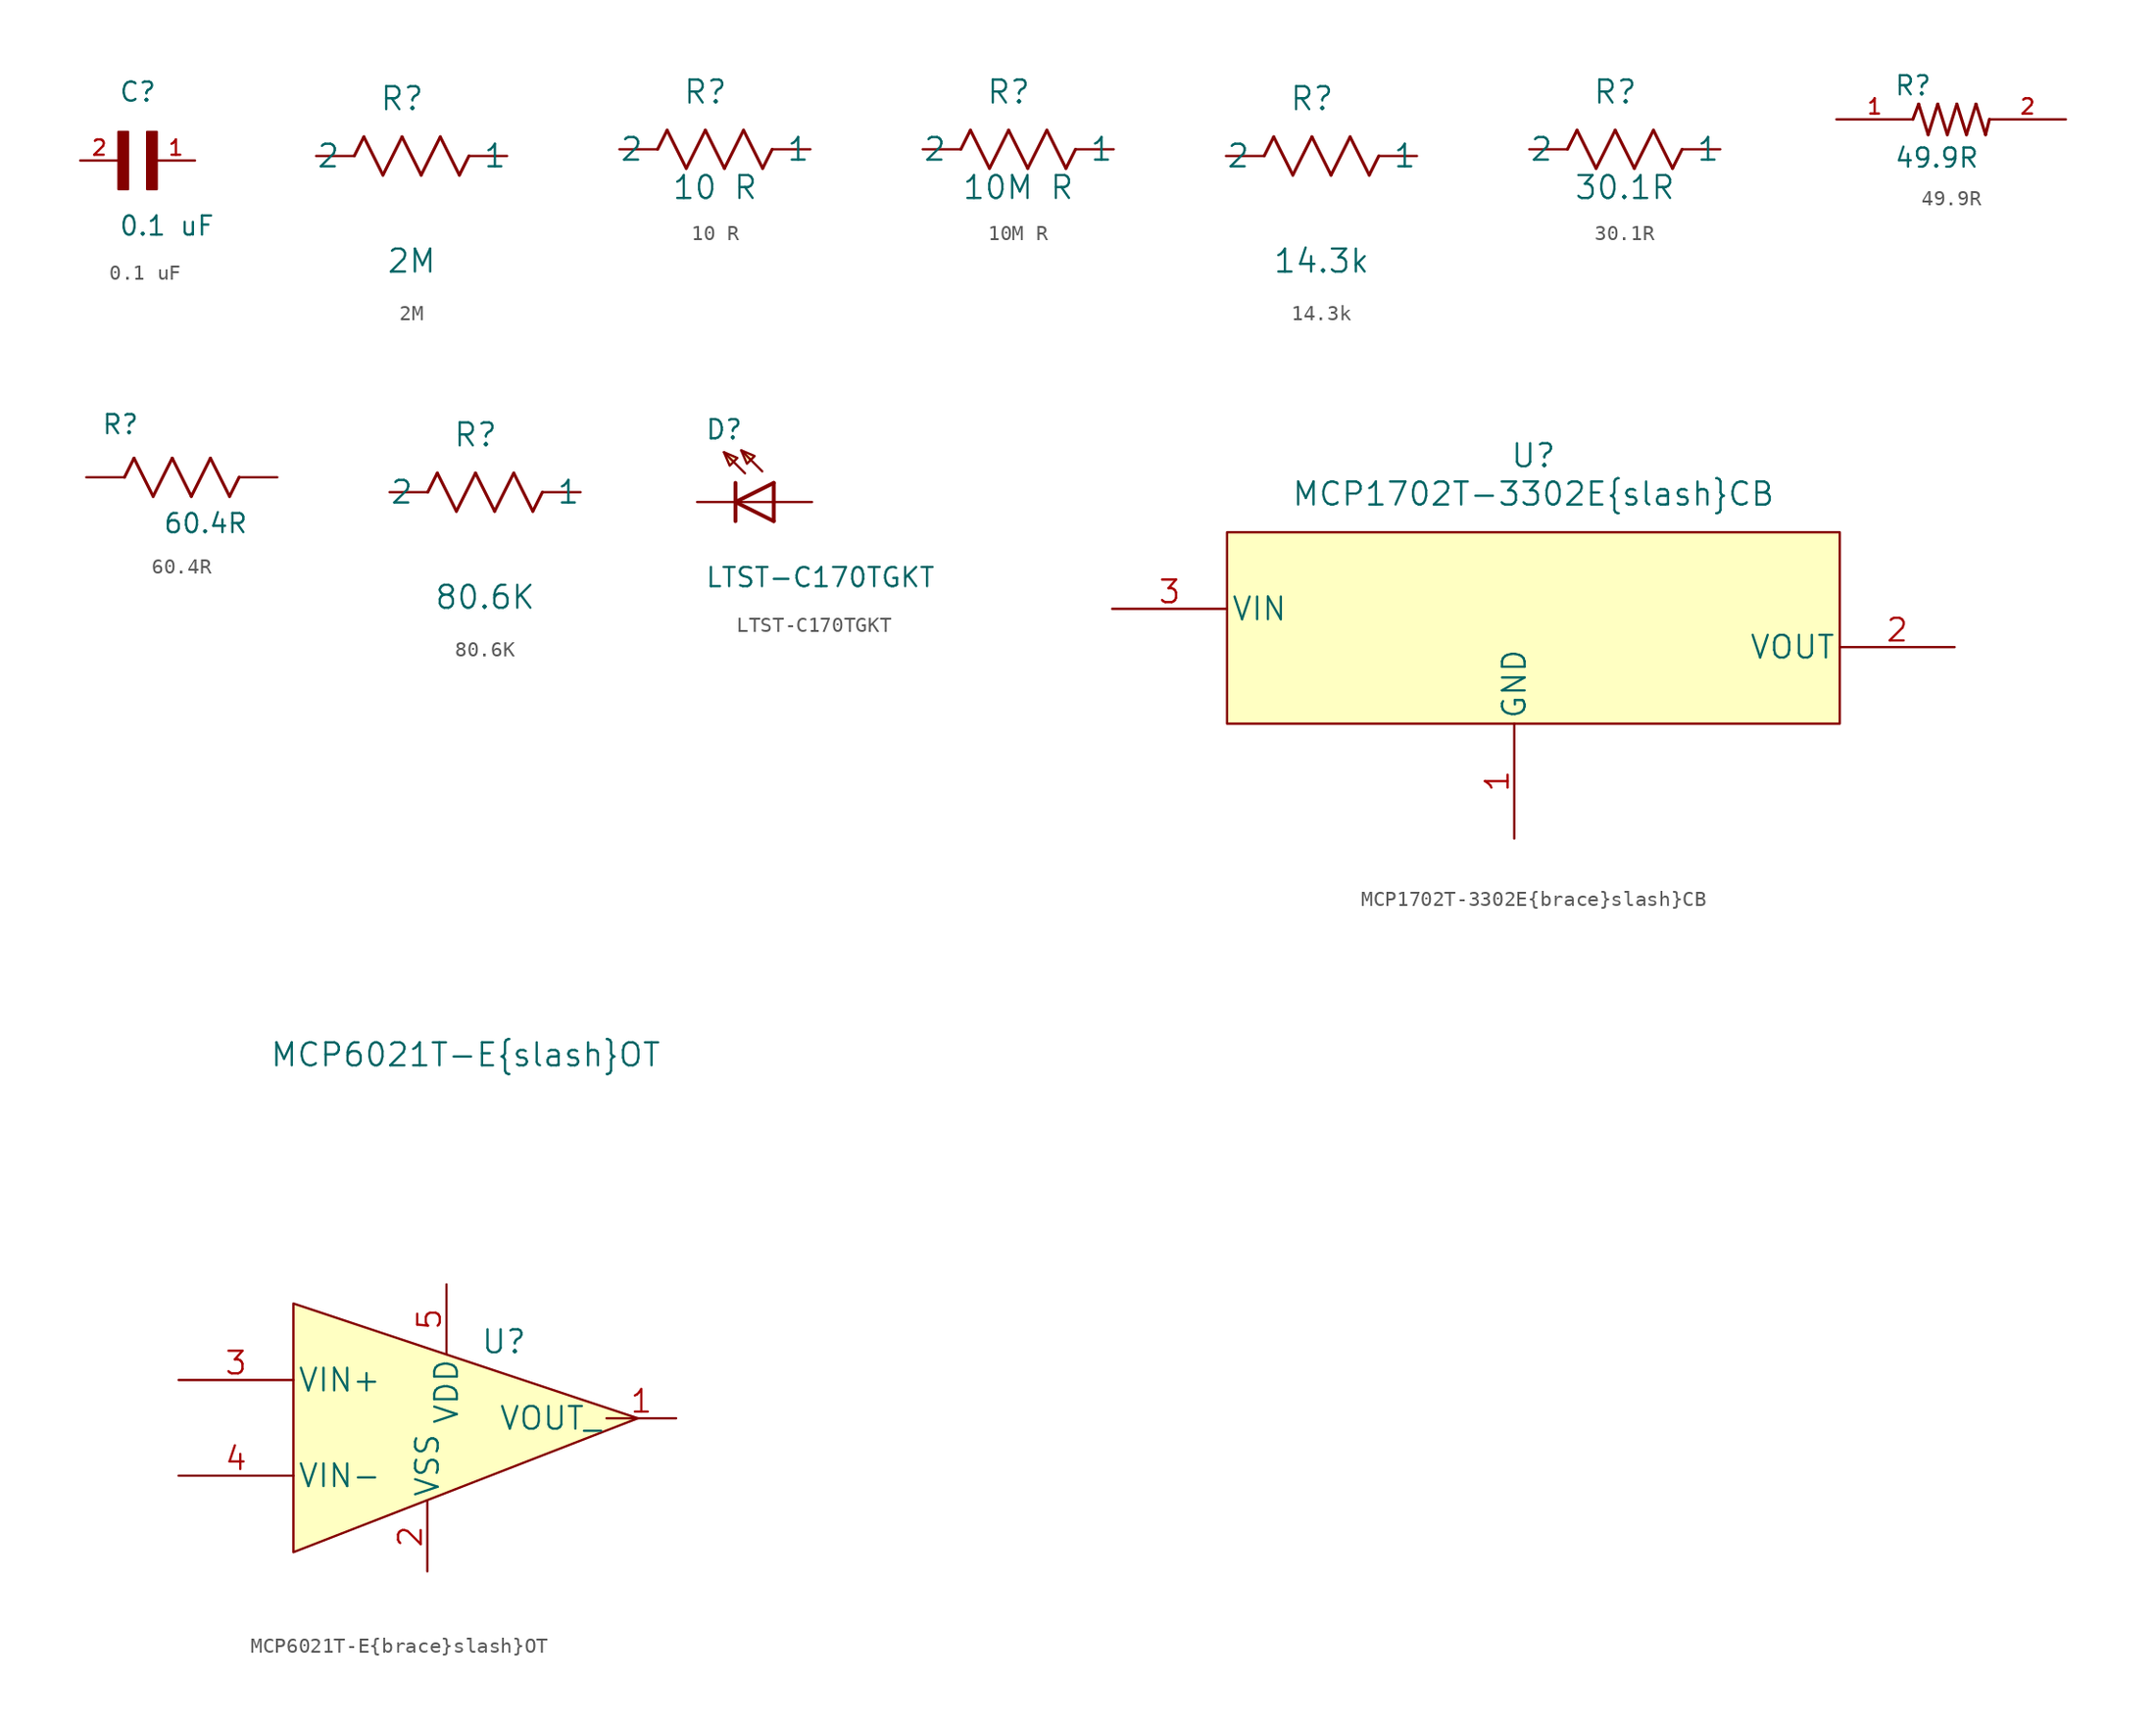
<source format=kicad_sym>
(kicad_symbol_lib
  (version 20211014)
  (generator kicad_symbol_editor)
  (symbol "0.1 uF"
    (pin_names
      (offset 1.016) hide)
    (property "Reference" "C"
      (at 0 3.81 0)
      (effects (font (size 1.27 1.27)) (justify left bottom)))
    (property "Value" "0.1 uF"
      (at 0 -5.08 0)
      (effects (font (size 1.27 1.27)) (justify left bottom)))
    (property "ki_locked" ""
      (at 0 0 0)
      (effects (font (size 1.27 1.27))))
    (symbol "0.1 uF_0_0"
      (rectangle (start 0 -1.905) (end 0.635 1.905) (stroke (width 0) (type default) (color 0 0 0 0)) (fill (type outline)))
      (rectangle (start 1.905 -1.905) (end 2.54 1.905) (stroke (width 0) (type default) (color 0 0 0 0)) (fill (type outline)))
      (pin passive line (at 5.08 0 180) (length 2.54) (name "~" (effects (font (size 1.016 1.016)))) (number "1" (effects (font (size 1.016 1.016)))))
      (pin passive line (at -2.54 0 0) (length 2.54) (name "~" (effects (font (size 1.016 1.016)))) (number "2" (effects (font (size 1.016 1.016)))))))
  (symbol "2M"
    (pin_numbers hide)
    (pin_names
      (offset -2.54))
    (property "Reference" "R"
      (at 5.715 3.81 0)
      (effects (font (size 1.524 1.524))))
    (property "Value" "2M"
      (at 6.35 -6.985 0)
      (effects (font (size 1.524 1.524))))
    (property "Datasheet" ""
      (at 0 0 0)
      (effects (font (size 1.524 1.524))))
    (property "ki_locked" ""
      (at 0 0 0)
      (effects (font (size 1.27 1.27))))
    (symbol "2M_1_1"
      (polyline (pts (xy 2.54 0) (xy 3.175 1.27)) (stroke (width 0.203) (type default) (color 0 0 0 0)) (fill (type none)))
      (polyline (pts (xy 3.175 1.27) (xy 4.445 -1.27)) (stroke (width 0.203) (type default) (color 0 0 0 0)) (fill (type none)))
      (polyline (pts (xy 4.445 -1.27) (xy 5.715 1.27)) (stroke (width 0.203) (type default) (color 0 0 0 0)) (fill (type none)))
      (polyline (pts (xy 5.715 1.27) (xy 6.985 -1.27)) (stroke (width 0.203) (type default) (color 0 0 0 0)) (fill (type none)))
      (polyline (pts (xy 6.985 -1.27) (xy 8.255 1.27)) (stroke (width 0.203) (type default) (color 0 0 0 0)) (fill (type none)))
      (polyline (pts (xy 8.255 1.27) (xy 9.525 -1.27)) (stroke (width 0.203) (type default) (color 0 0 0 0)) (fill (type none)))
      (polyline (pts (xy 9.525 -1.27) (xy 10.16 0)) (stroke (width 0.203) (type default) (color 0 0 0 0)) (fill (type none)))
      (pin unspecified line (at 12.7 0 180) (length 2.54) (name "1" (effects (font (size 1.499 1.499)))) (number "1" (effects (font (size 1.499 1.499)))))
      (pin unspecified line (at 0 0 0) (length 2.54) (name "2" (effects (font (size 1.499 1.499)))) (number "2" (effects (font (size 1.499 1.499)))))))
  (symbol "10 R"
    (pin_numbers hide)
    (pin_names
      (offset -2.54))
    (property "Reference" "R"
      (at 5.715 3.81 0)
      (effects (font (size 1.524 1.524))))
    (property "Value" "10 R"
      (at 6.35 -2.54 0)
      (effects (font (size 1.524 1.524))))
    (property "Datasheet" ""
      (at 0 0 0)
      (effects (font (size 1.524 1.524))))
    (property "ki_locked" ""
      (at 0 0 0)
      (effects (font (size 1.27 1.27))))
    (symbol "10 R_1_1"
      (polyline (pts (xy 2.54 0) (xy 3.175 1.27)) (stroke (width 0.203) (type default) (color 0 0 0 0)) (fill (type none)))
      (polyline (pts (xy 3.175 1.27) (xy 4.445 -1.27)) (stroke (width 0.203) (type default) (color 0 0 0 0)) (fill (type none)))
      (polyline (pts (xy 4.445 -1.27) (xy 5.715 1.27)) (stroke (width 0.203) (type default) (color 0 0 0 0)) (fill (type none)))
      (polyline (pts (xy 5.715 1.27) (xy 6.985 -1.27)) (stroke (width 0.203) (type default) (color 0 0 0 0)) (fill (type none)))
      (polyline (pts (xy 6.985 -1.27) (xy 8.255 1.27)) (stroke (width 0.203) (type default) (color 0 0 0 0)) (fill (type none)))
      (polyline (pts (xy 8.255 1.27) (xy 9.525 -1.27)) (stroke (width 0.203) (type default) (color 0 0 0 0)) (fill (type none)))
      (polyline (pts (xy 9.525 -1.27) (xy 10.16 0)) (stroke (width 0.203) (type default) (color 0 0 0 0)) (fill (type none)))
      (pin unspecified line (at 12.7 0 180) (length 2.54) (name "1" (effects (font (size 1.499 1.499)))) (number "1" (effects (font (size 1.499 1.499)))))
      (pin unspecified line (at 0 0 0) (length 2.54) (name "2" (effects (font (size 1.499 1.499)))) (number "2" (effects (font (size 1.499 1.499)))))))
  (symbol "10M R"
    (pin_numbers hide)
    (pin_names
      (offset -2.54))
    (property "Reference" "R"
      (at 5.715 3.81 0)
      (effects (font (size 1.524 1.524))))
    (property "Value" "10M R"
      (at 6.35 -2.54 0)
      (effects (font (size 1.524 1.524))))
    (property "Datasheet" ""
      (at 0 0 0)
      (effects (font (size 1.524 1.524))))
    (property "ki_locked" ""
      (at 0 0 0)
      (effects (font (size 1.27 1.27))))
    (symbol "10M R_1_1"
      (polyline (pts (xy 2.54 0) (xy 3.175 1.27)) (stroke (width 0.203) (type default) (color 0 0 0 0)) (fill (type none)))
      (polyline (pts (xy 3.175 1.27) (xy 4.445 -1.27)) (stroke (width 0.203) (type default) (color 0 0 0 0)) (fill (type none)))
      (polyline (pts (xy 4.445 -1.27) (xy 5.715 1.27)) (stroke (width 0.203) (type default) (color 0 0 0 0)) (fill (type none)))
      (polyline (pts (xy 5.715 1.27) (xy 6.985 -1.27)) (stroke (width 0.203) (type default) (color 0 0 0 0)) (fill (type none)))
      (polyline (pts (xy 6.985 -1.27) (xy 8.255 1.27)) (stroke (width 0.203) (type default) (color 0 0 0 0)) (fill (type none)))
      (polyline (pts (xy 8.255 1.27) (xy 9.525 -1.27)) (stroke (width 0.203) (type default) (color 0 0 0 0)) (fill (type none)))
      (polyline (pts (xy 9.525 -1.27) (xy 10.16 0)) (stroke (width 0.203) (type default) (color 0 0 0 0)) (fill (type none)))
      (pin unspecified line (at 12.7 0 180) (length 2.54) (name "1" (effects (font (size 1.499 1.499)))) (number "1" (effects (font (size 1.499 1.499)))))
      (pin unspecified line (at 0 0 0) (length 2.54) (name "2" (effects (font (size 1.499 1.499)))) (number "2" (effects (font (size 1.499 1.499)))))))
  (symbol "14.3k"
    (pin_numbers hide)
    (pin_names
      (offset -2.54))
    (property "Reference" "R"
      (at 5.715 3.81 0)
      (effects (font (size 1.524 1.524))))
    (property "Value" "14.3k"
      (at 6.35 -6.985 0)
      (effects (font (size 1.524 1.524))))
    (property "Datasheet" ""
      (at 0 0 0)
      (effects (font (size 1.524 1.524))))
    (property "ki_locked" ""
      (at 0 0 0)
      (effects (font (size 1.27 1.27))))
    (symbol "14.3k_1_1"
      (polyline (pts (xy 2.54 0) (xy 3.175 1.27)) (stroke (width 0.203) (type default) (color 0 0 0 0)) (fill (type none)))
      (polyline (pts (xy 3.175 1.27) (xy 4.445 -1.27)) (stroke (width 0.203) (type default) (color 0 0 0 0)) (fill (type none)))
      (polyline (pts (xy 4.445 -1.27) (xy 5.715 1.27)) (stroke (width 0.203) (type default) (color 0 0 0 0)) (fill (type none)))
      (polyline (pts (xy 5.715 1.27) (xy 6.985 -1.27)) (stroke (width 0.203) (type default) (color 0 0 0 0)) (fill (type none)))
      (polyline (pts (xy 6.985 -1.27) (xy 8.255 1.27)) (stroke (width 0.203) (type default) (color 0 0 0 0)) (fill (type none)))
      (polyline (pts (xy 8.255 1.27) (xy 9.525 -1.27)) (stroke (width 0.203) (type default) (color 0 0 0 0)) (fill (type none)))
      (polyline (pts (xy 9.525 -1.27) (xy 10.16 0)) (stroke (width 0.203) (type default) (color 0 0 0 0)) (fill (type none)))
      (pin unspecified line (at 12.7 0 180) (length 2.54) (name "1" (effects (font (size 1.499 1.499)))) (number "1" (effects (font (size 1.499 1.499)))))
      (pin unspecified line (at 0 0 0) (length 2.54) (name "2" (effects (font (size 1.499 1.499)))) (number "2" (effects (font (size 1.499 1.499)))))))
  (symbol "30.1R"
    (pin_numbers hide)
    (pin_names
      (offset -2.54))
    (property "Reference" "R"
      (at 5.715 3.81 0)
      (effects (font (size 1.524 1.524))))
    (property "Value" "30.1R"
      (at 6.35 -2.54 0)
      (effects (font (size 1.524 1.524))))
    (property "Datasheet" ""
      (at 0 0 0)
      (effects (font (size 1.524 1.524))))
    (property "ki_locked" ""
      (at 0 0 0)
      (effects (font (size 1.27 1.27))))
    (symbol "30.1R_1_1"
      (polyline (pts (xy 2.54 0) (xy 3.175 1.27)) (stroke (width 0.203) (type default) (color 0 0 0 0)) (fill (type none)))
      (polyline (pts (xy 3.175 1.27) (xy 4.445 -1.27)) (stroke (width 0.203) (type default) (color 0 0 0 0)) (fill (type none)))
      (polyline (pts (xy 4.445 -1.27) (xy 5.715 1.27)) (stroke (width 0.203) (type default) (color 0 0 0 0)) (fill (type none)))
      (polyline (pts (xy 5.715 1.27) (xy 6.985 -1.27)) (stroke (width 0.203) (type default) (color 0 0 0 0)) (fill (type none)))
      (polyline (pts (xy 6.985 -1.27) (xy 8.255 1.27)) (stroke (width 0.203) (type default) (color 0 0 0 0)) (fill (type none)))
      (polyline (pts (xy 8.255 1.27) (xy 9.525 -1.27)) (stroke (width 0.203) (type default) (color 0 0 0 0)) (fill (type none)))
      (polyline (pts (xy 9.525 -1.27) (xy 10.16 0)) (stroke (width 0.203) (type default) (color 0 0 0 0)) (fill (type none)))
      (pin unspecified line (at 12.7 0 180) (length 2.54) (name "1" (effects (font (size 1.499 1.499)))) (number "1" (effects (font (size 1.499 1.499)))))
      (pin unspecified line (at 0 0 0) (length 2.54) (name "2" (effects (font (size 1.499 1.499)))) (number "2" (effects (font (size 1.499 1.499)))))))
  (symbol "49.9R"
    (pin_names
      (offset 1.016) hide)
    (property "Reference" "R"
      (at -3.81 1.499 0)
      (effects (font (size 1.27 1.27)) (justify left bottom)))
    (property "Value" "49.9R"
      (at -3.81 -3.302 0)
      (effects (font (size 1.27 1.27)) (justify left bottom)))
    (property "ki_locked" ""
      (at 0 0 0)
      (effects (font (size 1.27 1.27))))
    (symbol "49.9R_0_0"
      (polyline (pts (xy -2.54 0) (xy -2.159 1.016)) (stroke (width 0.203) (type default) (color 0 0 0 0)) (fill (type none)))
      (polyline (pts (xy -2.159 1.016) (xy -1.524 -1.016)) (stroke (width 0.203) (type default) (color 0 0 0 0)) (fill (type none)))
      (polyline (pts (xy -1.524 -1.016) (xy -0.889 1.016)) (stroke (width 0.203) (type default) (color 0 0 0 0)) (fill (type none)))
      (polyline (pts (xy -0.889 1.016) (xy -0.254 -1.016)) (stroke (width 0.203) (type default) (color 0 0 0 0)) (fill (type none)))
      (polyline (pts (xy -0.254 -1.016) (xy 0.381 1.016)) (stroke (width 0.203) (type default) (color 0 0 0 0)) (fill (type none)))
      (polyline (pts (xy 0.381 1.016) (xy 1.016 -1.016)) (stroke (width 0.203) (type default) (color 0 0 0 0)) (fill (type none)))
      (polyline (pts (xy 1.016 -1.016) (xy 1.651 1.016)) (stroke (width 0.203) (type default) (color 0 0 0 0)) (fill (type none)))
      (polyline (pts (xy 1.651 1.016) (xy 2.286 -1.016)) (stroke (width 0.203) (type default) (color 0 0 0 0)) (fill (type none)))
      (polyline (pts (xy 2.286 -1.016) (xy 2.54 0)) (stroke (width 0.203) (type default) (color 0 0 0 0)) (fill (type none)))
      (pin passive line (at -7.62 0 0) (length 5.08) (name "~" (effects (font (size 1.016 1.016)))) (number "1" (effects (font (size 1.016 1.016)))))
      (pin passive line (at 7.62 0 180) (length 5.08) (name "~" (effects (font (size 1.016 1.016)))) (number "2" (effects (font (size 1.016 1.016)))))))
  (symbol "60.4R"
    (pin_numbers hide)
    (pin_names
      (offset 1.016) hide)
    (property "Reference" "R"
      (at 0.991 2.769 0)
      (effects (font (size 1.27 1.27)) (justify left bottom)))
    (property "Value" "60.4R"
      (at 5.08 -3.81 0)
      (effects (font (size 1.27 1.27)) (justify left bottom)))
    (property "ki_locked" ""
      (at 0 0 0)
      (effects (font (size 1.27 1.27))))
    (symbol "60.4R_0_0"
      (polyline (pts (xy 2.54 0) (xy 3.175 1.27)) (stroke (width 0.203) (type default) (color 0 0 0 0)) (fill (type none)))
      (polyline (pts (xy 3.175 1.27) (xy 4.445 -1.27)) (stroke (width 0.203) (type default) (color 0 0 0 0)) (fill (type none)))
      (polyline (pts (xy 4.445 -1.27) (xy 5.715 1.27)) (stroke (width 0.203) (type default) (color 0 0 0 0)) (fill (type none)))
      (polyline (pts (xy 5.715 1.27) (xy 6.985 -1.27)) (stroke (width 0.203) (type default) (color 0 0 0 0)) (fill (type none)))
      (polyline (pts (xy 6.985 -1.27) (xy 8.255 1.27)) (stroke (width 0.203) (type default) (color 0 0 0 0)) (fill (type none)))
      (polyline (pts (xy 8.255 1.27) (xy 9.525 -1.27)) (stroke (width 0.203) (type default) (color 0 0 0 0)) (fill (type none)))
      (polyline (pts (xy 9.525 -1.27) (xy 10.16 0)) (stroke (width 0.203) (type default) (color 0 0 0 0)) (fill (type none)))
      (pin passive line (at 12.7 0 180) (length 2.54) (name "~" (effects (font (size 1.016 1.016)))) (number "1" (effects (font (size 1.016 1.016)))))
      (pin passive line (at 0 0 0) (length 2.54) (name "~" (effects (font (size 1.016 1.016)))) (number "2" (effects (font (size 1.016 1.016)))))))
  (symbol "80.6K"
    (pin_numbers hide)
    (pin_names
      (offset -2.54))
    (property "Reference" "R"
      (at 5.715 3.81 0)
      (effects (font (size 1.524 1.524))))
    (property "Value" "80.6K"
      (at 6.35 -6.985 0)
      (effects (font (size 1.524 1.524))))
    (property "Datasheet" ""
      (at 0 0 0)
      (effects (font (size 1.524 1.524))))
    (property "ki_locked" ""
      (at 0 0 0)
      (effects (font (size 1.27 1.27))))
    (symbol "80.6K_1_1"
      (polyline (pts (xy 2.54 0) (xy 3.175 1.27)) (stroke (width 0.203) (type default) (color 0 0 0 0)) (fill (type none)))
      (polyline (pts (xy 3.175 1.27) (xy 4.445 -1.27)) (stroke (width 0.203) (type default) (color 0 0 0 0)) (fill (type none)))
      (polyline (pts (xy 4.445 -1.27) (xy 5.715 1.27)) (stroke (width 0.203) (type default) (color 0 0 0 0)) (fill (type none)))
      (polyline (pts (xy 5.715 1.27) (xy 6.985 -1.27)) (stroke (width 0.203) (type default) (color 0 0 0 0)) (fill (type none)))
      (polyline (pts (xy 6.985 -1.27) (xy 8.255 1.27)) (stroke (width 0.203) (type default) (color 0 0 0 0)) (fill (type none)))
      (polyline (pts (xy 8.255 1.27) (xy 9.525 -1.27)) (stroke (width 0.203) (type default) (color 0 0 0 0)) (fill (type none)))
      (polyline (pts (xy 9.525 -1.27) (xy 10.16 0)) (stroke (width 0.203) (type default) (color 0 0 0 0)) (fill (type none)))
      (pin unspecified line (at 12.7 0 180) (length 2.54) (name "1" (effects (font (size 1.499 1.499)))) (number "1" (effects (font (size 1.499 1.499)))))
      (pin unspecified line (at 0 0 0) (length 2.54) (name "2" (effects (font (size 1.499 1.499)))) (number "2" (effects (font (size 1.499 1.499)))))))
  (symbol "LTST-C170TGKT"
    (pin_numbers hide)
    (pin_names
      (offset 1.016) hide)
    (property "Reference" "D"
      (at -2.032 4.064 0)
      (effects (font (size 1.27 1.27)) (justify left bottom)))
    (property "Value" "LTST-C170TGKT"
      (at -2.032 -5.74 0)
      (effects (font (size 1.27 1.27)) (justify left bottom)))
    (property "ki_locked" ""
      (at 0 0 0)
      (effects (font (size 1.27 1.27))))
    (symbol "LTST-C170TGKT_0_0"
      (polyline (pts (xy 0 -1.27) (xy 0 0)) (stroke (width 0.254) (type default) (color 0 0 0 0)) (fill (type none)))
      (polyline (pts (xy 0 0) (xy 0 1.27)) (stroke (width 0.254) (type default) (color 0 0 0 0)) (fill (type none)))
      (polyline (pts (xy 0 0) (xy 2.54 1.27)) (stroke (width 0.254) (type default) (color 0 0 0 0)) (fill (type none)))
      (polyline (pts (xy 0.635 1.905) (xy -0.762 3.302)) (stroke (width 0.152) (type default) (color 0 0 0 0)) (fill (type none)))
      (polyline (pts (xy 1.778 2.032) (xy 0.381 3.429)) (stroke (width 0.152) (type default) (color 0 0 0 0)) (fill (type none)))
      (polyline (pts (xy 2.54 -1.27) (xy 0 0)) (stroke (width 0.254) (type default) (color 0 0 0 0)) (fill (type none)))
      (polyline (pts (xy 2.54 -1.27) (xy 2.54 0)) (stroke (width 0.254) (type default) (color 0 0 0 0)) (fill (type none)))
      (polyline (pts (xy 2.54 0) (xy 0 0)) (stroke (width 0.152) (type default) (color 0 0 0 0)) (fill (type none)))
      (polyline (pts (xy 2.54 0) (xy 2.54 1.27)) (stroke (width 0.254) (type default) (color 0 0 0 0)) (fill (type none)))
      (polyline (pts (xy -0.762 3.302) (xy 0.127 2.921) (xy -0.381 2.413) (xy -0.762 3.302)) (stroke (width 0.152) (type default) (color 0 0 0 0)) (fill (type background)))
      (polyline (pts (xy 0.381 3.429) (xy 1.27 3.048) (xy 0.762 2.54) (xy 0.381 3.429)) (stroke (width 0.152) (type default) (color 0 0 0 0)) (fill (type background)))
      (pin passive line (at 5.08 0 180) (length 2.54) (name "~" (effects (font (size 1.016 1.016)))) (number "+" (effects (font (size 1.016 1.016)))))
      (pin passive line (at -2.54 0 0) (length 2.54) (name "~" (effects (font (size 1.016 1.016)))) (number "-" (effects (font (size 1.016 1.016)))))))
  (symbol "MCP1702T-3302E{brace}slash}CB"
    (pin_names
      (offset 0.254))
    (property "Reference" "U"
      (at 27.94 10.16 0)
      (effects (font (size 1.524 1.524))))
    (property "Value" "MCP1702T-3302E{brace}slash}CB"
      (at 27.94 7.62 0)
      (effects (font (size 1.524 1.524))))
    (property "Datasheet" ""
      (at 0 0 0)
      (effects (font (size 1.524 1.524))))
    (property "ki_locked" ""
      (at 0 0 0)
      (effects (font (size 1.27 1.27))))
    (symbol "MCP1702T-3302E{brace}slash}CB_1_1"
      (polyline (pts (xy 7.62 5.08) (xy 7.62 -7.62) (xy 48.26 -7.62) (xy 48.26 5.08) (xy 7.62 5.08)) (stroke (width 0) (type default) (color 0 0 0 0)) (fill (type background)))
      (pin unspecified line (at 26.67 -15.24 90) (length 7.62) (name "GND" (effects (font (size 1.499 1.499)))) (number "1" (effects (font (size 1.499 1.499)))))
      (pin unspecified line (at 55.88 -2.54 180) (length 7.62) (name "VOUT" (effects (font (size 1.499 1.499)))) (number "2" (effects (font (size 1.499 1.499)))))
      (pin unspecified line (at 0 0 0) (length 7.62) (name "VIN" (effects (font (size 1.499 1.499)))) (number "3" (effects (font (size 1.499 1.499)))))))
  (symbol "MCP6021T-E{brace}slash}OT"
    (pin_names
      (offset 0.254))
    (property "Reference" "U"
      (at 25.4 5.08 0)
      (effects (font (size 1.524 1.524))))
    (property "Value" "MCP6021T-E{brace}slash}OT"
      (at 22.86 24.13 0)
      (effects (font (size 1.524 1.524))))
    (property "Datasheet" ""
      (at 0 0 0)
      (effects (font (size 1.524 1.524))))
    (property "ki_locked" ""
      (at 0 0 0)
      (effects (font (size 1.27 1.27))))
    (symbol "MCP6021T-E{brace}slash}OT_1_1"
      (polyline (pts (xy 11.43 7.62) (xy 11.43 -6.35) (xy 11.43 -8.89) (xy 34.29 0) (xy 11.43 7.62)) (stroke (width 0) (type default) (color 0 0 0 0)) (fill (type background)))
      (pin unspecified line (at 36.83 0 180) (length 4.62) (name "VOUT_" (effects (font (size 1.499 1.499)))) (number "1" (effects (font (size 1.499 1.499)))))
      (pin unspecified line (at 20.32 -10.16 90) (length 4.62) (name "VSS" (effects (font (size 1.499 1.499)))) (number "2" (effects (font (size 1.499 1.499)))))
      (pin unspecified line (at 3.81 2.54 0) (length 7.62) (name "VIN+" (effects (font (size 1.499 1.499)))) (number "3" (effects (font (size 1.499 1.499)))))
      (pin unspecified line (at 3.81 -3.81 0) (length 7.62) (name "VIN-" (effects (font (size 1.499 1.499)))) (number "4" (effects (font (size 1.499 1.499)))))
      (pin unspecified line (at 21.59 8.89 270) (length 4.62) (name "VDD" (effects (font (size 1.499 1.499)))) (number "5" (effects (font (size 1.499 1.499))))))))
</source>
